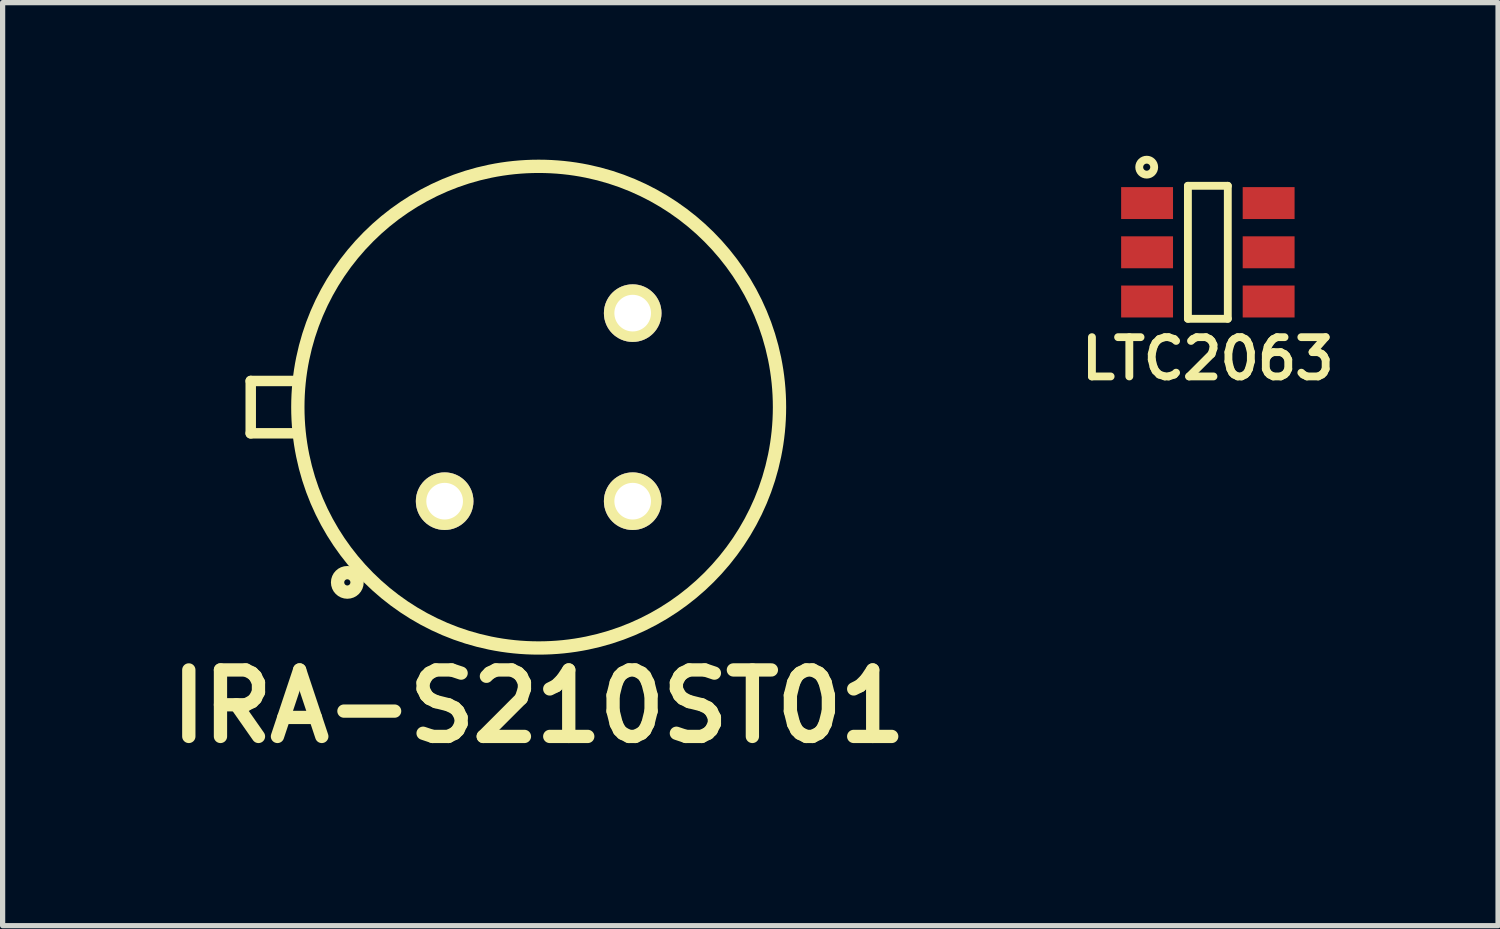
<source format=kicad_pcb>
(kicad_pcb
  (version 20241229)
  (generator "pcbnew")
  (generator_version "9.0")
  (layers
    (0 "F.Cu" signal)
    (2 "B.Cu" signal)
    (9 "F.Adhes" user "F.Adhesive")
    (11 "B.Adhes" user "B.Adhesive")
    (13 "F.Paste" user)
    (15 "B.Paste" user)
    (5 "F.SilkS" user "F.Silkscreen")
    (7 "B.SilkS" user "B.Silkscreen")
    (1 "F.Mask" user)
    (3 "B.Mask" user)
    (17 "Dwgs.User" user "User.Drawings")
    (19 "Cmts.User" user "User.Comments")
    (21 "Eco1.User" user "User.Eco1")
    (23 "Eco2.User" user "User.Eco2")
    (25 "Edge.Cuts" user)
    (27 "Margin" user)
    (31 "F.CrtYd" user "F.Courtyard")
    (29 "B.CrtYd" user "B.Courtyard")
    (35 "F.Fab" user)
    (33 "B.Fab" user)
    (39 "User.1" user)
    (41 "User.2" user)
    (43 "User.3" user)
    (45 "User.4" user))
  (footprint "LTC2063"
    (layer "F.Cu")
    (at 20.021 1.769)
    (property "Reference" "LTC2063" (at 0 2.032 0) (layer "F.SilkS") (effects (font (size 0.75 0.75) (thickness 0.15))))
    (attr smd)
    (fp_line (start -0.381 -1.27) (end 0.381 -1.27) (stroke (width 0.15) (type solid)) (layer "F.SilkS"))
    (fp_line (start -0.381 1.27) (end -0.381 -1.27) (stroke (width 0.15) (type solid)) (layer "F.SilkS"))
    (fp_line (start 0.381 -1.27) (end 0.381 1.27) (stroke (width 0.15) (type solid)) (layer "F.SilkS"))
    (fp_line (start 0.381 1.27) (end -0.381 1.27) (stroke (width 0.15) (type solid)) (layer "F.SilkS"))
    (fp_circle (center -1.168 -1.626) (end -1.143 -1.689) (stroke (width 0.15) (type solid)) (fill no) (layer "F.SilkS"))
    (pad "1" smd rect (at -1.161 -0.94) (size 0.991 0.61) (layers "F.Cu" "F.Mask" "F.Paste"))
    (pad "2" smd rect (at -1.161 0) (size 0.991 0.61) (layers "F.Cu" "F.Mask" "F.Paste"))
    (pad "3" smd rect (at -1.161 0.94) (size 0.991 0.61) (layers "F.Cu" "F.Mask" "F.Paste"))
    (pad "4" smd rect (at 1.161 0.94) (size 0.991 0.61) (layers "F.Cu" "F.Mask" "F.Paste"))
    (pad "5" smd rect (at 1.161 0) (size 0.991 0.61) (layers "F.Cu" "F.Mask" "F.Paste"))
    (pad "6" smd rect (at 1.161 -0.94) (size 0.991 0.61) (layers "F.Cu" "F.Mask" "F.Paste")))
  (footprint "IRA-S210ST01"
    (layer "F.Cu")
    (at 7.239 4.727)
    (property "Reference" "IRA-S210ST01" (at 0 5.715 0) (layer "F.SilkS") (effects (font (size 1.27 1.27) (thickness 0.254))))
    (attr through_hole)
    (fp_line (start -5.5 -0.5) (end -5.5 0.5) (stroke (width 0.2) (type solid)) (layer "F.SilkS"))
    (fp_line (start -5.5 0.5) (end -4.649 0.5) (stroke (width 0.2) (type solid)) (layer "F.SilkS"))
    (fp_line (start -4.664 -0.5) (end -5.5 -0.5) (stroke (width 0.2) (type solid)) (layer "F.SilkS"))
    (fp_circle (center -3.655 3.347) (end -3.714 3.347) (stroke (width 0.254) (type solid)) (fill no) (layer "F.SilkS"))
    (fp_circle (center 0 0) (end 4.6 0) (stroke (width 0.254) (type solid)) (fill no) (layer "F.SilkS"))
    (pad "1" thru_hole circle (at -1.796 1.796 90) (size 1.1 1.1) (drill 0.7) (layers "*.Cu" "*.Mask" "F.SilkS"))
    (pad "2" thru_hole circle (at 1.796 1.796 90) (size 1.1 1.1) (drill 0.7) (layers "*.Cu" "*.Mask" "F.SilkS"))
    (pad "3" thru_hole circle (at 1.796 -1.796 90) (size 1.1 1.1) (drill 0.7) (layers "*.Cu" "*.Mask" "F.SilkS")))
  (gr_rect
    (start -3 -3)
    (end 25.564 14.631)
    (stroke (width 0.1) (type default))
    (fill no)
    (layer "Edge.Cuts")))
</source>
